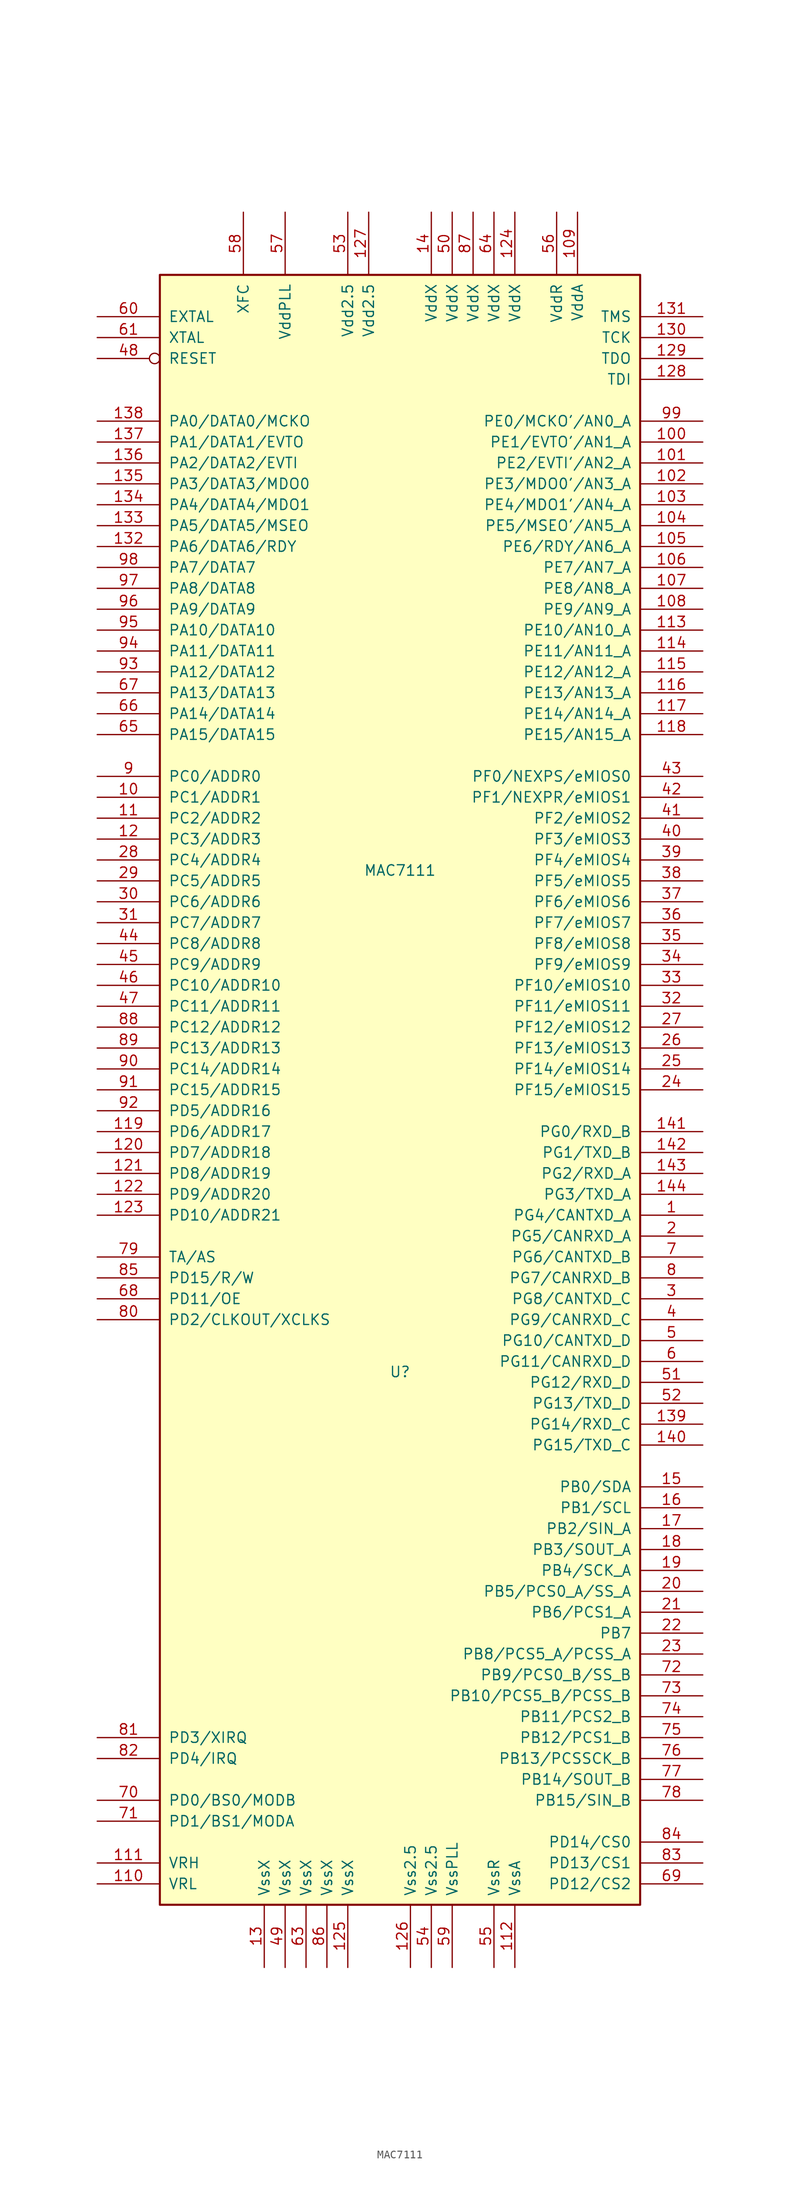
<source format=kicad_sym>
(kicad_symbol_lib
  (version 20201005)
  (generator kicad_symbol_editor)
  (symbol "MAC7111"
    (pin_names
      (offset 1.016))
    (property "Reference" "U"
      (at -1.27 -44.45 0)
      (effects (font (size 1.27 1.27))))
    (property "Value" "MAC7111"
      (at -1.27 16.51 0)
      (effects (font (size 1.27 1.27))))
    (symbol "MAC7111_0_1"
      (rectangle (start 27.94 -109.22) (end -30.48 88.9) (stroke (width 0.254)) (fill (type background))))
    (symbol "MAC7111_1_1"
      (pin bidirectional line (at 35.56 -25.4 180) (length 7.62) (name "PG4/CANTXD_A" (effects (font (size 1.27 1.27)))) (number "1" (effects (font (size 1.27 1.27)))))
      (pin bidirectional line (at -38.1 25.4 0) (length 7.62) (name "PC1/ADDR1" (effects (font (size 1.27 1.27)))) (number "10" (effects (font (size 1.27 1.27)))))
      (pin bidirectional line (at 35.56 68.58 180) (length 7.62) (name "PE1/EVTO'/AN1_A" (effects (font (size 1.27 1.27)))) (number "100" (effects (font (size 1.27 1.27)))))
      (pin bidirectional line (at 35.56 66.04 180) (length 7.62) (name "PE2/EVTI'/AN2_A" (effects (font (size 1.27 1.27)))) (number "101" (effects (font (size 1.27 1.27)))))
      (pin bidirectional line (at 35.56 63.5 180) (length 7.62) (name "PE3/MDO0'/AN3_A" (effects (font (size 1.27 1.27)))) (number "102" (effects (font (size 1.27 1.27)))))
      (pin bidirectional line (at 35.56 60.96 180) (length 7.62) (name "PE4/MDO1'/AN4_A" (effects (font (size 1.27 1.27)))) (number "103" (effects (font (size 1.27 1.27)))))
      (pin bidirectional line (at 35.56 58.42 180) (length 7.62) (name "PE5/MSEO'/AN5_A" (effects (font (size 1.27 1.27)))) (number "104" (effects (font (size 1.27 1.27)))))
      (pin bidirectional line (at 35.56 55.88 180) (length 7.62) (name "PE6/RDY/AN6_A" (effects (font (size 1.27 1.27)))) (number "105" (effects (font (size 1.27 1.27)))))
      (pin bidirectional line (at 35.56 53.34 180) (length 7.62) (name "PE7/AN7_A" (effects (font (size 1.27 1.27)))) (number "106" (effects (font (size 1.27 1.27)))))
      (pin bidirectional line (at 35.56 50.8 180) (length 7.62) (name "PE8/AN8_A" (effects (font (size 1.27 1.27)))) (number "107" (effects (font (size 1.27 1.27)))))
      (pin bidirectional line (at 35.56 48.26 180) (length 7.62) (name "PE9/AN9_A" (effects (font (size 1.27 1.27)))) (number "108" (effects (font (size 1.27 1.27)))))
      (pin power_in line (at 20.32 96.52 270) (length 7.62) (name "VddA" (effects (font (size 1.27 1.27)))) (number "109" (effects (font (size 1.27 1.27)))))
      (pin bidirectional line (at -38.1 22.86 0) (length 7.62) (name "PC2/ADDR2" (effects (font (size 1.27 1.27)))) (number "11" (effects (font (size 1.27 1.27)))))
      (pin passive line (at -38.1 -106.68 0) (length 7.62) (name "VRL" (effects (font (size 1.27 1.27)))) (number "110" (effects (font (size 1.27 1.27)))))
      (pin passive line (at -38.1 -104.14 0) (length 7.62) (name "VRH" (effects (font (size 1.27 1.27)))) (number "111" (effects (font (size 1.27 1.27)))))
      (pin power_in line (at 12.7 -116.84 90) (length 7.62) (name "VssA" (effects (font (size 1.27 1.27)))) (number "112" (effects (font (size 1.27 1.27)))))
      (pin bidirectional line (at 35.56 45.72 180) (length 7.62) (name "PE10/AN10_A" (effects (font (size 1.27 1.27)))) (number "113" (effects (font (size 1.27 1.27)))))
      (pin bidirectional line (at 35.56 43.18 180) (length 7.62) (name "PE11/AN11_A" (effects (font (size 1.27 1.27)))) (number "114" (effects (font (size 1.27 1.27)))))
      (pin bidirectional line (at 35.56 40.64 180) (length 7.62) (name "PE12/AN12_A" (effects (font (size 1.27 1.27)))) (number "115" (effects (font (size 1.27 1.27)))))
      (pin bidirectional line (at 35.56 38.1 180) (length 7.62) (name "PE13/AN13_A" (effects (font (size 1.27 1.27)))) (number "116" (effects (font (size 1.27 1.27)))))
      (pin bidirectional line (at 35.56 35.56 180) (length 7.62) (name "PE14/AN14_A" (effects (font (size 1.27 1.27)))) (number "117" (effects (font (size 1.27 1.27)))))
      (pin bidirectional line (at 35.56 33.02 180) (length 7.62) (name "PE15/AN15_A" (effects (font (size 1.27 1.27)))) (number "118" (effects (font (size 1.27 1.27)))))
      (pin bidirectional line (at -38.1 -15.24 0) (length 7.62) (name "PD6/ADDR17" (effects (font (size 1.27 1.27)))) (number "119" (effects (font (size 1.27 1.27)))))
      (pin bidirectional line (at -38.1 20.32 0) (length 7.62) (name "PC3/ADDR3" (effects (font (size 1.27 1.27)))) (number "12" (effects (font (size 1.27 1.27)))))
      (pin bidirectional line (at -38.1 -17.78 0) (length 7.62) (name "PD7/ADDR18" (effects (font (size 1.27 1.27)))) (number "120" (effects (font (size 1.27 1.27)))))
      (pin bidirectional line (at -38.1 -20.32 0) (length 7.62) (name "PD8/ADDR19" (effects (font (size 1.27 1.27)))) (number "121" (effects (font (size 1.27 1.27)))))
      (pin bidirectional line (at -38.1 -22.86 0) (length 7.62) (name "PD9/ADDR20" (effects (font (size 1.27 1.27)))) (number "122" (effects (font (size 1.27 1.27)))))
      (pin bidirectional line (at -38.1 -25.4 0) (length 7.62) (name "PD10/ADDR21" (effects (font (size 1.27 1.27)))) (number "123" (effects (font (size 1.27 1.27)))))
      (pin power_in line (at 12.7 96.52 270) (length 7.62) (name "VddX" (effects (font (size 1.27 1.27)))) (number "124" (effects (font (size 1.27 1.27)))))
      (pin power_in line (at -7.62 -116.84 90) (length 7.62) (name "VssX" (effects (font (size 1.27 1.27)))) (number "125" (effects (font (size 1.27 1.27)))))
      (pin power_in line (at 0 -116.84 90) (length 7.62) (name "Vss2.5" (effects (font (size 1.27 1.27)))) (number "126" (effects (font (size 1.27 1.27)))))
      (pin power_in line (at -5.08 96.52 270) (length 7.62) (name "Vdd2.5" (effects (font (size 1.27 1.27)))) (number "127" (effects (font (size 1.27 1.27)))))
      (pin input line (at 35.56 76.2 180) (length 7.62) (name "TDI" (effects (font (size 1.27 1.27)))) (number "128" (effects (font (size 1.27 1.27)))))
      (pin output line (at 35.56 78.74 180) (length 7.62) (name "TDO" (effects (font (size 1.27 1.27)))) (number "129" (effects (font (size 1.27 1.27)))))
      (pin power_in line (at -17.78 -116.84 90) (length 7.62) (name "VssX" (effects (font (size 1.27 1.27)))) (number "13" (effects (font (size 1.27 1.27)))))
      (pin input line (at 35.56 81.28 180) (length 7.62) (name "TCK" (effects (font (size 1.27 1.27)))) (number "130" (effects (font (size 1.27 1.27)))))
      (pin input line (at 35.56 83.82 180) (length 7.62) (name "TMS" (effects (font (size 1.27 1.27)))) (number "131" (effects (font (size 1.27 1.27)))))
      (pin bidirectional line (at -38.1 55.88 0) (length 7.62) (name "PA6/DATA6/RDY" (effects (font (size 1.27 1.27)))) (number "132" (effects (font (size 1.27 1.27)))))
      (pin bidirectional line (at -38.1 58.42 0) (length 7.62) (name "PA5/DATA5/MSEO" (effects (font (size 1.27 1.27)))) (number "133" (effects (font (size 1.27 1.27)))))
      (pin bidirectional line (at -38.1 60.96 0) (length 7.62) (name "PA4/DATA4/MDO1" (effects (font (size 1.27 1.27)))) (number "134" (effects (font (size 1.27 1.27)))))
      (pin bidirectional line (at -38.1 63.5 0) (length 7.62) (name "PA3/DATA3/MDO0" (effects (font (size 1.27 1.27)))) (number "135" (effects (font (size 1.27 1.27)))))
      (pin bidirectional line (at -38.1 66.04 0) (length 7.62) (name "PA2/DATA2/EVTI" (effects (font (size 1.27 1.27)))) (number "136" (effects (font (size 1.27 1.27)))))
      (pin bidirectional line (at -38.1 68.58 0) (length 7.62) (name "PA1/DATA1/EVTO" (effects (font (size 1.27 1.27)))) (number "137" (effects (font (size 1.27 1.27)))))
      (pin bidirectional line (at -38.1 71.12 0) (length 7.62) (name "PA0/DATA0/MCKO" (effects (font (size 1.27 1.27)))) (number "138" (effects (font (size 1.27 1.27)))))
      (pin bidirectional line (at 35.56 -50.8 180) (length 7.62) (name "PG14/RXD_C" (effects (font (size 1.27 1.27)))) (number "139" (effects (font (size 1.27 1.27)))))
      (pin power_in line (at 2.54 96.52 270) (length 7.62) (name "VddX" (effects (font (size 1.27 1.27)))) (number "14" (effects (font (size 1.27 1.27)))))
      (pin bidirectional line (at 35.56 -53.34 180) (length 7.62) (name "PG15/TXD_C" (effects (font (size 1.27 1.27)))) (number "140" (effects (font (size 1.27 1.27)))))
      (pin bidirectional line (at 35.56 -15.24 180) (length 7.62) (name "PG0/RXD_B" (effects (font (size 1.27 1.27)))) (number "141" (effects (font (size 1.27 1.27)))))
      (pin bidirectional line (at 35.56 -17.78 180) (length 7.62) (name "PG1/TXD_B" (effects (font (size 1.27 1.27)))) (number "142" (effects (font (size 1.27 1.27)))))
      (pin bidirectional line (at 35.56 -20.32 180) (length 7.62) (name "PG2/RXD_A" (effects (font (size 1.27 1.27)))) (number "143" (effects (font (size 1.27 1.27)))))
      (pin bidirectional line (at 35.56 -22.86 180) (length 7.62) (name "PG3/TXD_A" (effects (font (size 1.27 1.27)))) (number "144" (effects (font (size 1.27 1.27)))))
      (pin bidirectional line (at 35.56 -58.42 180) (length 7.62) (name "PB0/SDA" (effects (font (size 1.27 1.27)))) (number "15" (effects (font (size 1.27 1.27)))))
      (pin bidirectional line (at 35.56 -60.96 180) (length 7.62) (name "PB1/SCL" (effects (font (size 1.27 1.27)))) (number "16" (effects (font (size 1.27 1.27)))))
      (pin bidirectional line (at 35.56 -63.5 180) (length 7.62) (name "PB2/SIN_A" (effects (font (size 1.27 1.27)))) (number "17" (effects (font (size 1.27 1.27)))))
      (pin bidirectional line (at 35.56 -66.04 180) (length 7.62) (name "PB3/SOUT_A" (effects (font (size 1.27 1.27)))) (number "18" (effects (font (size 1.27 1.27)))))
      (pin bidirectional line (at 35.56 -68.58 180) (length 7.62) (name "PB4/SCK_A" (effects (font (size 1.27 1.27)))) (number "19" (effects (font (size 1.27 1.27)))))
      (pin bidirectional line (at 35.56 -27.94 180) (length 7.62) (name "PG5/CANRXD_A" (effects (font (size 1.27 1.27)))) (number "2" (effects (font (size 1.27 1.27)))))
      (pin bidirectional line (at 35.56 -71.12 180) (length 7.62) (name "PB5/PCS0_A/SS_A" (effects (font (size 1.27 1.27)))) (number "20" (effects (font (size 1.27 1.27)))))
      (pin bidirectional line (at 35.56 -73.66 180) (length 7.62) (name "PB6/PCS1_A" (effects (font (size 1.27 1.27)))) (number "21" (effects (font (size 1.27 1.27)))))
      (pin bidirectional line (at 35.56 -76.2 180) (length 7.62) (name "PB7" (effects (font (size 1.27 1.27)))) (number "22" (effects (font (size 1.27 1.27)))))
      (pin bidirectional line (at 35.56 -78.74 180) (length 7.62) (name "PB8/PCS5_A/PCSS_A" (effects (font (size 1.27 1.27)))) (number "23" (effects (font (size 1.27 1.27)))))
      (pin bidirectional line (at 35.56 -10.16 180) (length 7.62) (name "PF15/eMIOS15" (effects (font (size 1.27 1.27)))) (number "24" (effects (font (size 1.27 1.27)))))
      (pin bidirectional line (at 35.56 -7.62 180) (length 7.62) (name "PF14/eMIOS14" (effects (font (size 1.27 1.27)))) (number "25" (effects (font (size 1.27 1.27)))))
      (pin bidirectional line (at 35.56 -5.08 180) (length 7.62) (name "PF13/eMIOS13" (effects (font (size 1.27 1.27)))) (number "26" (effects (font (size 1.27 1.27)))))
      (pin bidirectional line (at 35.56 -2.54 180) (length 7.62) (name "PF12/eMIOS12" (effects (font (size 1.27 1.27)))) (number "27" (effects (font (size 1.27 1.27)))))
      (pin bidirectional line (at -38.1 17.78 0) (length 7.62) (name "PC4/ADDR4" (effects (font (size 1.27 1.27)))) (number "28" (effects (font (size 1.27 1.27)))))
      (pin bidirectional line (at -38.1 15.24 0) (length 7.62) (name "PC5/ADDR5" (effects (font (size 1.27 1.27)))) (number "29" (effects (font (size 1.27 1.27)))))
      (pin bidirectional line (at 35.56 -35.56 180) (length 7.62) (name "PG8/CANTXD_C" (effects (font (size 1.27 1.27)))) (number "3" (effects (font (size 1.27 1.27)))))
      (pin bidirectional line (at -38.1 12.7 0) (length 7.62) (name "PC6/ADDR6" (effects (font (size 1.27 1.27)))) (number "30" (effects (font (size 1.27 1.27)))))
      (pin bidirectional line (at -38.1 10.16 0) (length 7.62) (name "PC7/ADDR7" (effects (font (size 1.27 1.27)))) (number "31" (effects (font (size 1.27 1.27)))))
      (pin bidirectional line (at 35.56 0 180) (length 7.62) (name "PF11/eMIOS11" (effects (font (size 1.27 1.27)))) (number "32" (effects (font (size 1.27 1.27)))))
      (pin bidirectional line (at 35.56 2.54 180) (length 7.62) (name "PF10/eMIOS10" (effects (font (size 1.27 1.27)))) (number "33" (effects (font (size 1.27 1.27)))))
      (pin bidirectional line (at 35.56 5.08 180) (length 7.62) (name "PF9/eMIOS9" (effects (font (size 1.27 1.27)))) (number "34" (effects (font (size 1.27 1.27)))))
      (pin bidirectional line (at 35.56 7.62 180) (length 7.62) (name "PF8/eMIOS8" (effects (font (size 1.27 1.27)))) (number "35" (effects (font (size 1.27 1.27)))))
      (pin bidirectional line (at 35.56 10.16 180) (length 7.62) (name "PF7/eMIOS7" (effects (font (size 1.27 1.27)))) (number "36" (effects (font (size 1.27 1.27)))))
      (pin bidirectional line (at 35.56 12.7 180) (length 7.62) (name "PF6/eMIOS6" (effects (font (size 1.27 1.27)))) (number "37" (effects (font (size 1.27 1.27)))))
      (pin bidirectional line (at 35.56 15.24 180) (length 7.62) (name "PF5/eMIOS5" (effects (font (size 1.27 1.27)))) (number "38" (effects (font (size 1.27 1.27)))))
      (pin bidirectional line (at 35.56 17.78 180) (length 7.62) (name "PF4/eMIOS4" (effects (font (size 1.27 1.27)))) (number "39" (effects (font (size 1.27 1.27)))))
      (pin bidirectional line (at 35.56 -38.1 180) (length 7.62) (name "PG9/CANRXD_C" (effects (font (size 1.27 1.27)))) (number "4" (effects (font (size 1.27 1.27)))))
      (pin bidirectional line (at 35.56 20.32 180) (length 7.62) (name "PF3/eMIOS3" (effects (font (size 1.27 1.27)))) (number "40" (effects (font (size 1.27 1.27)))))
      (pin bidirectional line (at 35.56 22.86 180) (length 7.62) (name "PF2/eMIOS2" (effects (font (size 1.27 1.27)))) (number "41" (effects (font (size 1.27 1.27)))))
      (pin bidirectional line (at 35.56 25.4 180) (length 7.62) (name "PF1/NEXPR/eMIOS1" (effects (font (size 1.27 1.27)))) (number "42" (effects (font (size 1.27 1.27)))))
      (pin bidirectional line (at 35.56 27.94 180) (length 7.62) (name "PF0/NEXPS/eMIOS0" (effects (font (size 1.27 1.27)))) (number "43" (effects (font (size 1.27 1.27)))))
      (pin bidirectional line (at -38.1 7.62 0) (length 7.62) (name "PC8/ADDR8" (effects (font (size 1.27 1.27)))) (number "44" (effects (font (size 1.27 1.27)))))
      (pin bidirectional line (at -38.1 5.08 0) (length 7.62) (name "PC9/ADDR9" (effects (font (size 1.27 1.27)))) (number "45" (effects (font (size 1.27 1.27)))))
      (pin bidirectional line (at -38.1 2.54 0) (length 7.62) (name "PC10/ADDR10" (effects (font (size 1.27 1.27)))) (number "46" (effects (font (size 1.27 1.27)))))
      (pin bidirectional line (at -38.1 0 0) (length 7.62) (name "PC11/ADDR11" (effects (font (size 1.27 1.27)))) (number "47" (effects (font (size 1.27 1.27)))))
      (pin bidirectional inverted (at -38.1 78.74 0) (length 7.62) (name "RESET" (effects (font (size 1.27 1.27)))) (number "48" (effects (font (size 1.27 1.27)))))
      (pin power_in line (at -15.24 -116.84 90) (length 7.62) (name "VssX" (effects (font (size 1.27 1.27)))) (number "49" (effects (font (size 1.27 1.27)))))
      (pin bidirectional line (at 35.56 -40.64 180) (length 7.62) (name "PG10/CANTXD_D" (effects (font (size 1.27 1.27)))) (number "5" (effects (font (size 1.27 1.27)))))
      (pin power_in line (at 5.08 96.52 270) (length 7.62) (name "VddX" (effects (font (size 1.27 1.27)))) (number "50" (effects (font (size 1.27 1.27)))))
      (pin bidirectional line (at 35.56 -45.72 180) (length 7.62) (name "PG12/RXD_D" (effects (font (size 1.27 1.27)))) (number "51" (effects (font (size 1.27 1.27)))))
      (pin bidirectional line (at 35.56 -48.26 180) (length 7.62) (name "PG13/TXD_D" (effects (font (size 1.27 1.27)))) (number "52" (effects (font (size 1.27 1.27)))))
      (pin passive line (at -7.62 96.52 270) (length 7.62) (name "Vdd2.5" (effects (font (size 1.27 1.27)))) (number "53" (effects (font (size 1.27 1.27)))))
      (pin power_in line (at 2.54 -116.84 90) (length 7.62) (name "Vss2.5" (effects (font (size 1.27 1.27)))) (number "54" (effects (font (size 1.27 1.27)))))
      (pin power_in line (at 10.16 -116.84 90) (length 7.62) (name "VssR" (effects (font (size 1.27 1.27)))) (number "55" (effects (font (size 1.27 1.27)))))
      (pin power_in line (at 17.78 96.52 270) (length 7.62) (name "VddR" (effects (font (size 1.27 1.27)))) (number "56" (effects (font (size 1.27 1.27)))))
      (pin passive line (at -15.24 96.52 270) (length 7.62) (name "VddPLL" (effects (font (size 1.27 1.27)))) (number "57" (effects (font (size 1.27 1.27)))))
      (pin bidirectional line (at -20.32 96.52 270) (length 7.62) (name "XFC" (effects (font (size 1.27 1.27)))) (number "58" (effects (font (size 1.27 1.27)))))
      (pin passive line (at 5.08 -116.84 90) (length 7.62) (name "VssPLL" (effects (font (size 1.27 1.27)))) (number "59" (effects (font (size 1.27 1.27)))))
      (pin bidirectional line (at 35.56 -43.18 180) (length 7.62) (name "PG11/CANRXD_D" (effects (font (size 1.27 1.27)))) (number "6" (effects (font (size 1.27 1.27)))))
      (pin input line (at -38.1 83.82 0) (length 7.62) (name "EXTAL" (effects (font (size 1.27 1.27)))) (number "60" (effects (font (size 1.27 1.27)))))
      (pin output line (at -38.1 81.28 0) (length 7.62) (name "XTAL" (effects (font (size 1.27 1.27)))) (number "61" (effects (font (size 1.27 1.27)))))
      (pin power_in line (at -12.7 -116.84 90) (length 7.62) (name "VssX" (effects (font (size 1.27 1.27)))) (number "63" (effects (font (size 1.27 1.27)))))
      (pin power_in line (at 10.16 96.52 270) (length 7.62) (name "VddX" (effects (font (size 1.27 1.27)))) (number "64" (effects (font (size 1.27 1.27)))))
      (pin bidirectional line (at -38.1 33.02 0) (length 7.62) (name "PA15/DATA15" (effects (font (size 1.27 1.27)))) (number "65" (effects (font (size 1.27 1.27)))))
      (pin bidirectional line (at -38.1 35.56 0) (length 7.62) (name "PA14/DATA14" (effects (font (size 1.27 1.27)))) (number "66" (effects (font (size 1.27 1.27)))))
      (pin bidirectional line (at -38.1 38.1 0) (length 7.62) (name "PA13/DATA13" (effects (font (size 1.27 1.27)))) (number "67" (effects (font (size 1.27 1.27)))))
      (pin bidirectional line (at -38.1 -35.56 0) (length 7.62) (name "PD11/OE" (effects (font (size 1.27 1.27)))) (number "68" (effects (font (size 1.27 1.27)))))
      (pin bidirectional line (at 35.56 -106.68 180) (length 7.62) (name "PD12/CS2" (effects (font (size 1.27 1.27)))) (number "69" (effects (font (size 1.27 1.27)))))
      (pin bidirectional line (at 35.56 -30.48 180) (length 7.62) (name "PG6/CANTXD_B" (effects (font (size 1.27 1.27)))) (number "7" (effects (font (size 1.27 1.27)))))
      (pin bidirectional line (at -38.1 -96.52 0) (length 7.62) (name "PD0/BS0/MODB" (effects (font (size 1.27 1.27)))) (number "70" (effects (font (size 1.27 1.27)))))
      (pin bidirectional line (at -38.1 -99.06 0) (length 7.62) (name "PD1/BS1/MODA" (effects (font (size 1.27 1.27)))) (number "71" (effects (font (size 1.27 1.27)))))
      (pin bidirectional line (at 35.56 -81.28 180) (length 7.62) (name "PB9/PCS0_B/SS_B" (effects (font (size 1.27 1.27)))) (number "72" (effects (font (size 1.27 1.27)))))
      (pin bidirectional line (at 35.56 -83.82 180) (length 7.62) (name "PB10/PCS5_B/PCSS_B" (effects (font (size 1.27 1.27)))) (number "73" (effects (font (size 1.27 1.27)))))
      (pin bidirectional line (at 35.56 -86.36 180) (length 7.62) (name "PB11/PCS2_B" (effects (font (size 1.27 1.27)))) (number "74" (effects (font (size 1.27 1.27)))))
      (pin bidirectional line (at 35.56 -88.9 180) (length 7.62) (name "PB12/PCS1_B" (effects (font (size 1.27 1.27)))) (number "75" (effects (font (size 1.27 1.27)))))
      (pin bidirectional line (at 35.56 -91.44 180) (length 7.62) (name "PB13/PCSSCK_B" (effects (font (size 1.27 1.27)))) (number "76" (effects (font (size 1.27 1.27)))))
      (pin bidirectional line (at 35.56 -93.98 180) (length 7.62) (name "PB14/SOUT_B" (effects (font (size 1.27 1.27)))) (number "77" (effects (font (size 1.27 1.27)))))
      (pin bidirectional line (at 35.56 -96.52 180) (length 7.62) (name "PB15/SIN_B" (effects (font (size 1.27 1.27)))) (number "78" (effects (font (size 1.27 1.27)))))
      (pin bidirectional line (at -38.1 -30.48 0) (length 7.62) (name "TA/AS" (effects (font (size 1.27 1.27)))) (number "79" (effects (font (size 1.27 1.27)))))
      (pin bidirectional line (at 35.56 -33.02 180) (length 7.62) (name "PG7/CANRXD_B" (effects (font (size 1.27 1.27)))) (number "8" (effects (font (size 1.27 1.27)))))
      (pin bidirectional line (at -38.1 -38.1 0) (length 7.62) (name "PD2/CLKOUT/XCLKS" (effects (font (size 1.27 1.27)))) (number "80" (effects (font (size 1.27 1.27)))))
      (pin bidirectional line (at -38.1 -88.9 0) (length 7.62) (name "PD3/XIRQ" (effects (font (size 1.27 1.27)))) (number "81" (effects (font (size 1.27 1.27)))))
      (pin bidirectional line (at -38.1 -91.44 0) (length 7.62) (name "PD4/IRQ" (effects (font (size 1.27 1.27)))) (number "82" (effects (font (size 1.27 1.27)))))
      (pin bidirectional line (at 35.56 -104.14 180) (length 7.62) (name "PD13/CS1" (effects (font (size 1.27 1.27)))) (number "83" (effects (font (size 1.27 1.27)))))
      (pin bidirectional line (at 35.56 -101.6 180) (length 7.62) (name "PD14/CS0" (effects (font (size 1.27 1.27)))) (number "84" (effects (font (size 1.27 1.27)))))
      (pin bidirectional line (at -38.1 -33.02 0) (length 7.62) (name "PD15/R/W" (effects (font (size 1.27 1.27)))) (number "85" (effects (font (size 1.27 1.27)))))
      (pin power_in line (at -10.16 -116.84 90) (length 7.62) (name "VssX" (effects (font (size 1.27 1.27)))) (number "86" (effects (font (size 1.27 1.27)))))
      (pin power_in line (at 7.62 96.52 270) (length 7.62) (name "VddX" (effects (font (size 1.27 1.27)))) (number "87" (effects (font (size 1.27 1.27)))))
      (pin bidirectional line (at -38.1 -2.54 0) (length 7.62) (name "PC12/ADDR12" (effects (font (size 1.27 1.27)))) (number "88" (effects (font (size 1.27 1.27)))))
      (pin bidirectional line (at -38.1 -5.08 0) (length 7.62) (name "PC13/ADDR13" (effects (font (size 1.27 1.27)))) (number "89" (effects (font (size 1.27 1.27)))))
      (pin bidirectional line (at -38.1 27.94 0) (length 7.62) (name "PC0/ADDR0" (effects (font (size 1.27 1.27)))) (number "9" (effects (font (size 1.27 1.27)))))
      (pin bidirectional line (at -38.1 -7.62 0) (length 7.62) (name "PC14/ADDR14" (effects (font (size 1.27 1.27)))) (number "90" (effects (font (size 1.27 1.27)))))
      (pin bidirectional line (at -38.1 -10.16 0) (length 7.62) (name "PC15/ADDR15" (effects (font (size 1.27 1.27)))) (number "91" (effects (font (size 1.27 1.27)))))
      (pin bidirectional line (at -38.1 -12.7 0) (length 7.62) (name "PD5/ADDR16" (effects (font (size 1.27 1.27)))) (number "92" (effects (font (size 1.27 1.27)))))
      (pin bidirectional line (at -38.1 40.64 0) (length 7.62) (name "PA12/DATA12" (effects (font (size 1.27 1.27)))) (number "93" (effects (font (size 1.27 1.27)))))
      (pin bidirectional line (at -38.1 43.18 0) (length 7.62) (name "PA11/DATA11" (effects (font (size 1.27 1.27)))) (number "94" (effects (font (size 1.27 1.27)))))
      (pin bidirectional line (at -38.1 45.72 0) (length 7.62) (name "PA10/DATA10" (effects (font (size 1.27 1.27)))) (number "95" (effects (font (size 1.27 1.27)))))
      (pin bidirectional line (at -38.1 48.26 0) (length 7.62) (name "PA9/DATA9" (effects (font (size 1.27 1.27)))) (number "96" (effects (font (size 1.27 1.27)))))
      (pin bidirectional line (at -38.1 50.8 0) (length 7.62) (name "PA8/DATA8" (effects (font (size 1.27 1.27)))) (number "97" (effects (font (size 1.27 1.27)))))
      (pin bidirectional line (at -38.1 53.34 0) (length 7.62) (name "PA7/DATA7" (effects (font (size 1.27 1.27)))) (number "98" (effects (font (size 1.27 1.27)))))
      (pin bidirectional line (at 35.56 71.12 180) (length 7.62) (name "PE0/MCKO'/AN0_A" (effects (font (size 1.27 1.27)))) (number "99" (effects (font (size 1.27 1.27))))))))
</source>
